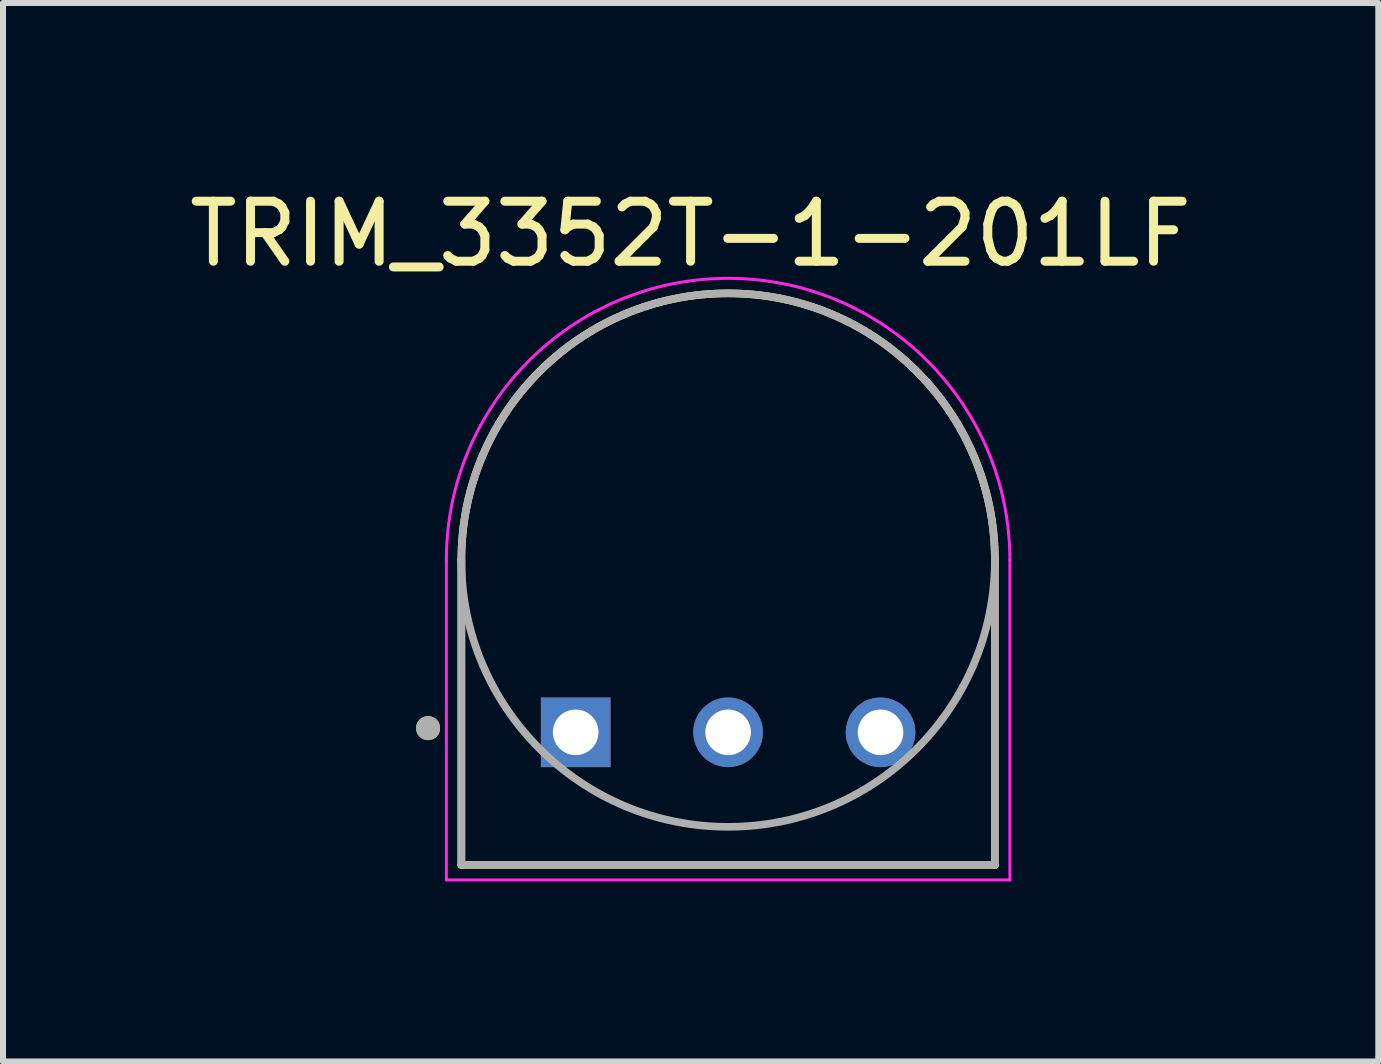
<source format=kicad_pcb>
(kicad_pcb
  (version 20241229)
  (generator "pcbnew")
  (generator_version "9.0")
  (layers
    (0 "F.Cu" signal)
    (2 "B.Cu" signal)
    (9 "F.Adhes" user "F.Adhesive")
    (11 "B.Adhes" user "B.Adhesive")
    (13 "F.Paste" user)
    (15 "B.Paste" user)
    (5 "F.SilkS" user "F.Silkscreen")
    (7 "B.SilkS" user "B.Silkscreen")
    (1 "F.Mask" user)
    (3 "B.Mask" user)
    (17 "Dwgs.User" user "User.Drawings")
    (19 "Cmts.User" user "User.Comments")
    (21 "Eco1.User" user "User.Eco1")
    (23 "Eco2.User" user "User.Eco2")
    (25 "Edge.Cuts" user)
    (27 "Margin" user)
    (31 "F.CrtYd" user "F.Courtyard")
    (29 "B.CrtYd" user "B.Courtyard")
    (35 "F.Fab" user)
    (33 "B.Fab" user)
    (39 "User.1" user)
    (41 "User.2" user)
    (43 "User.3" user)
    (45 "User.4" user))
  (footprint "TRIM_3352T-1-201LF"
    (layer "F.Cu")
    (at 9.083 6.283)
    (property "Reference" "TRIM_3352T-1-201LF" (at -0.625 -5.435 0) (layer "F.SilkS") (effects (font (size 1 1) (thickness 0.15))))
    (attr through_hole)
    (fp_line (start -4.445 0) (end -4.445 5.08) (stroke (width 0.127) (type solid)) (layer "F.SilkS"))
    (fp_line (start -4.445 5.08) (end 4.445 5.08) (stroke (width 0.127) (type solid)) (layer "F.SilkS"))
    (fp_line (start 4.445 0) (end 4.445 5.08) (stroke (width 0.127) (type solid)) (layer "F.SilkS"))
    (fp_arc (start -4.445 0) (mid 0 -4.445) (end 4.445 0) (stroke (width 0.127) (type solid)) (layer "F.SilkS"))
    (fp_circle (center -5 2.8) (end -4.9 2.8) (stroke (width 0.2) (type solid)) (fill no) (layer "F.SilkS"))
    (fp_line (start -4.695 0) (end -4.695 5.33) (stroke (width 0.05) (type solid)) (layer "F.CrtYd"))
    (fp_line (start -4.695 5.33) (end 4.695 5.33) (stroke (width 0.05) (type solid)) (layer "F.CrtYd"))
    (fp_line (start 4.695 5.33) (end 4.695 0) (stroke (width 0.05) (type solid)) (layer "F.CrtYd"))
    (fp_arc (start -4.695 0) (mid 0 -4.695) (end 4.695 0) (stroke (width 0.05) (type solid)) (layer "F.CrtYd"))
    (fp_line (start -4.445 0) (end -4.445 5.08) (stroke (width 0.127) (type solid)) (layer "F.Fab"))
    (fp_line (start -4.445 5.08) (end 4.445 5.08) (stroke (width 0.127) (type solid)) (layer "F.Fab"))
    (fp_line (start 4.445 5.08) (end 4.445 0) (stroke (width 0.127) (type solid)) (layer "F.Fab"))
    (fp_circle (center -5 2.8) (end -4.9 2.8) (stroke (width 0.2) (type solid)) (fill no) (layer "F.Fab"))
    (fp_circle (center 0 0) (end 4.445 0) (stroke (width 0.127) (type solid)) (fill no) (layer "F.Fab"))
    (pad "1" thru_hole rect (at -2.54 2.87) (size 1.16 1.16) (drill 0.76) (layers "*.Cu" "*.Mask"))
    (pad "2" thru_hole circle (at 0 2.87) (size 1.16 1.16) (drill 0.76) (layers "*.Cu" "*.Mask"))
    (pad "3" thru_hole circle (at 2.54 2.87) (size 1.16 1.16) (drill 0.76) (layers "*.Cu" "*.Mask")))
  (gr_rect
    (start -3 -3)
    (end 19.917 14.638)
    (stroke (width 0.1) (type default))
    (fill no)
    (layer "Edge.Cuts")))
</source>
